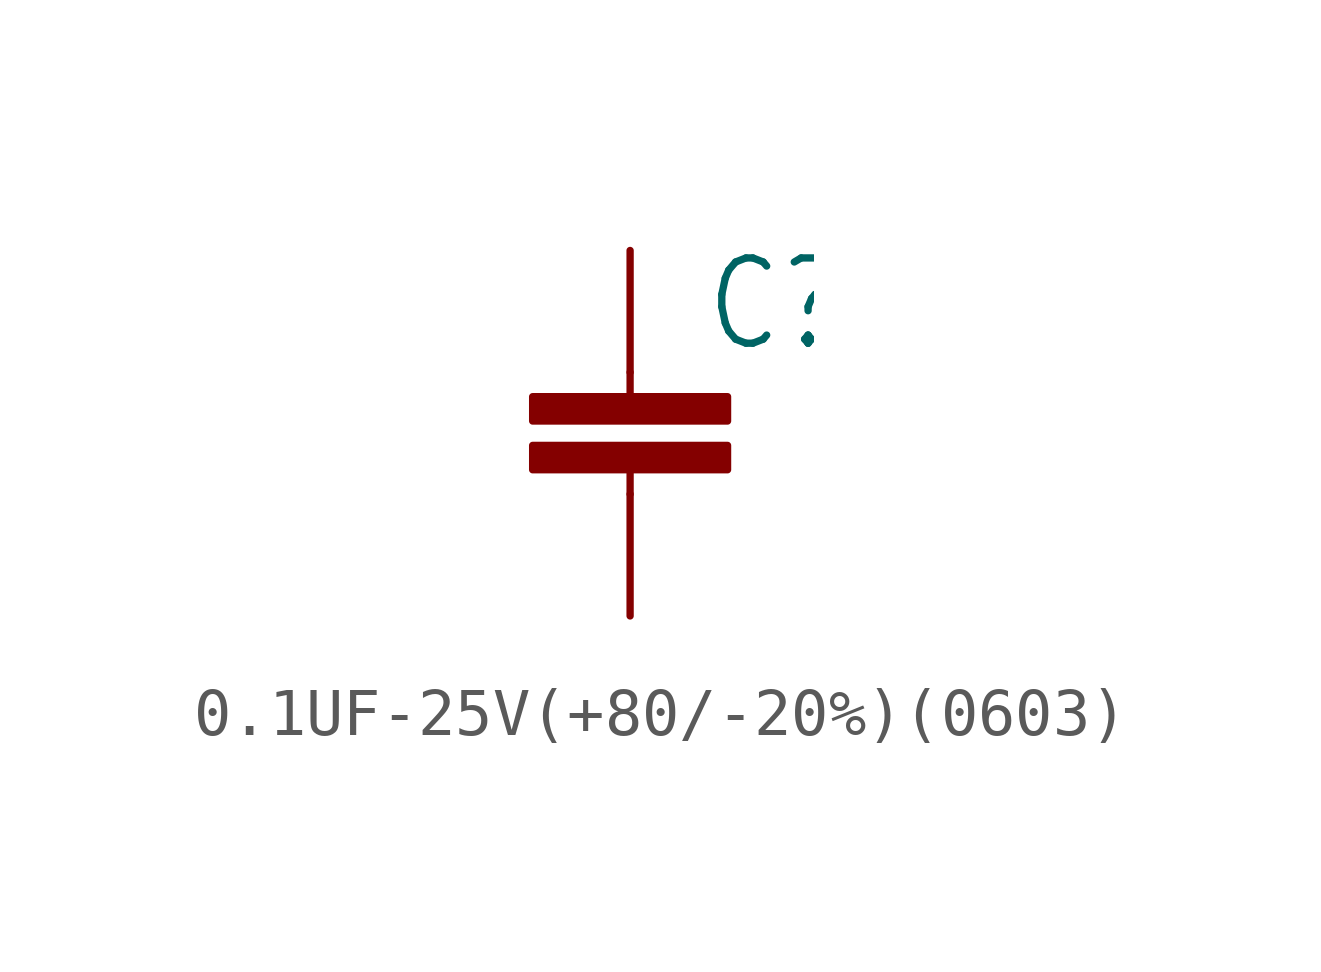
<source format=kicad_sym>
(kicad_symbol_lib
  (version 20241209)
  (generator "kicad_symbol_editor")
  (generator_version "9.0")
  (symbol "0.1UF-25V(+80/-20%)(0603)"
    (property "Reference" "C"
      (at 1.524 2.921 0)
      (effects (font (size 1.778 1.511)) (justify left bottom)))
    (property "Value" ""
      (at 1.524 -2.159 0)
      (effects (font (size 1.778 1.511)) (justify left bottom)))
    (property "ki_locked" ""
      (at 0 0 0)
      (effects (font (size 1.27 1.27))))
    (symbol "0.1UF-25V(+80/-20%)(0603)_1_0"
      (rectangle (start -2.032 1.524) (end 2.032 2.032) (stroke (width 0) (type default)) (fill (type outline)))
      (rectangle (start -2.032 0.508) (end 2.032 1.016) (stroke (width 0) (type default)) (fill (type outline)))
      (polyline (pts (xy 0 2.54) (xy 0 2.032)) (stroke (width 0.152) (type solid)) (fill (type none)))
      (polyline (pts (xy 0 0) (xy 0 0.508)) (stroke (width 0.152) (type solid)) (fill (type none)))
      (pin passive line (at 0 5.08 270) (length 2.54) (name "1" (effects (font (size 0 0)))) (number "1" (effects (font (size 0 0)))))
      (pin passive line (at 0 -2.54 90) (length 2.54) (name "2" (effects (font (size 0 0)))) (number "2" (effects (font (size 0 0))))))))
</source>
